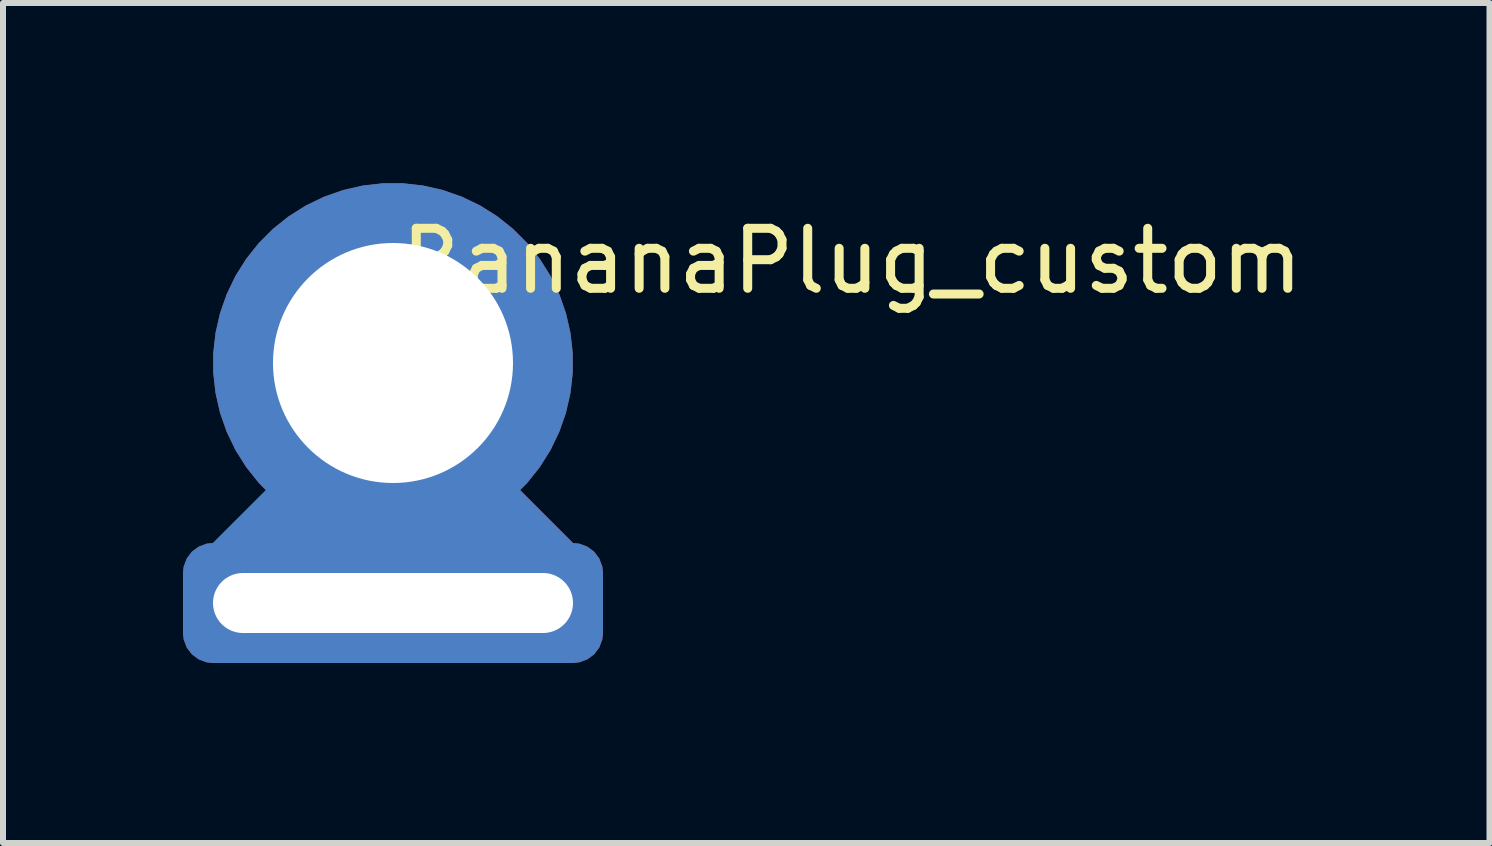
<source format=kicad_pcb>
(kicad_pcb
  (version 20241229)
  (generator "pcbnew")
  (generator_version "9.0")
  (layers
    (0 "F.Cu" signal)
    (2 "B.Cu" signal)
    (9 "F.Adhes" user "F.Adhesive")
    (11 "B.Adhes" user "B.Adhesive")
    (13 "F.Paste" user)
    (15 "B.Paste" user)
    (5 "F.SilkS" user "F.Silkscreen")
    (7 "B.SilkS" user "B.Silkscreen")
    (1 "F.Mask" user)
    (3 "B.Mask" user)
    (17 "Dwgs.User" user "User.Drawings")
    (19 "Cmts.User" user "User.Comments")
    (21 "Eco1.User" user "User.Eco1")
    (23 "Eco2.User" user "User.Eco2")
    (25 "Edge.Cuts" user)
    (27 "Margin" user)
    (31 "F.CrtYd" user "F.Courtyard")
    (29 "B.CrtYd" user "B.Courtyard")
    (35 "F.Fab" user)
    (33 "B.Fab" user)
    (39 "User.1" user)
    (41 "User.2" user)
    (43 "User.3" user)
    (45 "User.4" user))
  (footprint "BananaPlug_custom"
    (layer "F.Cu")
    (at 3.5 3)
    (property "Reference" "BananaPlug_custom" (at 7.65 -1.7 0) (layer "F.SilkS") (effects (font (size 1 1) (thickness 0.15))))
    (attr through_hole)
    (pad "1" thru_hole custom (at 0 0) (size 6 6) (drill 4) (layers "*.Cu" "*.Mask") (options (anchor circle)) (primitives (gr_poly (pts (xy 0 0) (xy 3 3) (xy 0 3)) (width 0) (fill yes)) (gr_poly (pts (xy 0 0) (xy 0 3) (xy -3 3)) (width 0) (fill yes))))
    (pad "1" thru_hole roundrect (at 0 4 270) (size 2 7) (drill oval 1 6) (layers "*.Cu" "*.Mask") (roundrect_rratio 0.25)))
  (gr_rect
    (start -3 -3)
    (end 21.775 11)
    (stroke (width 0.1) (type default))
    (fill no)
    (layer "Edge.Cuts")))
</source>
